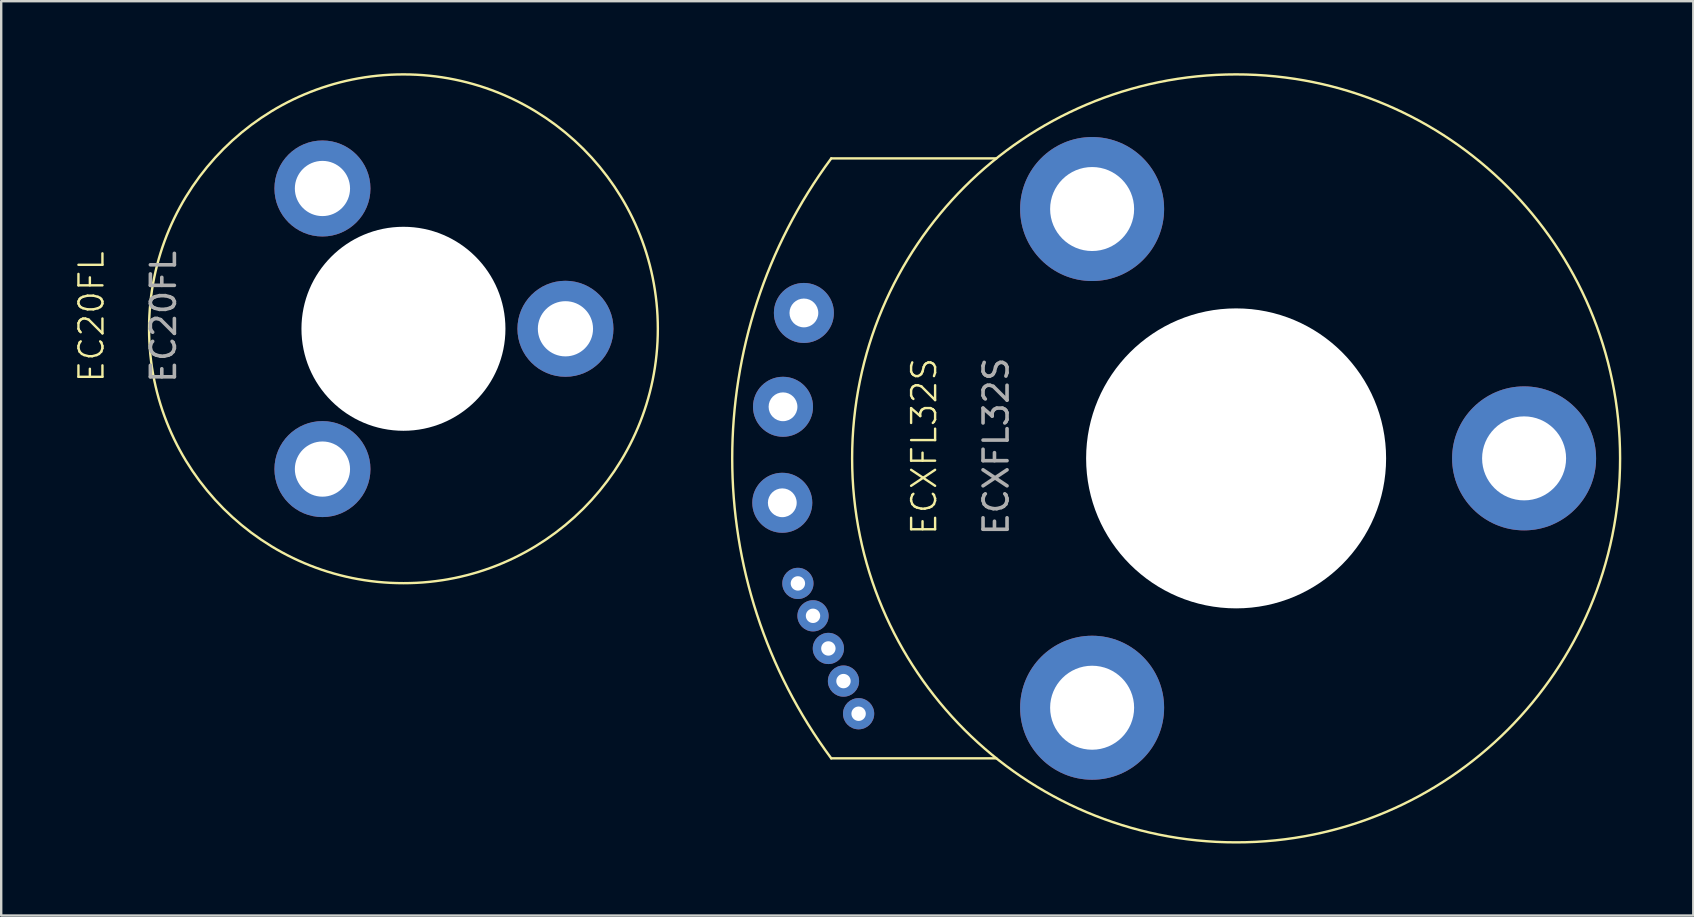
<source format=kicad_pcb>
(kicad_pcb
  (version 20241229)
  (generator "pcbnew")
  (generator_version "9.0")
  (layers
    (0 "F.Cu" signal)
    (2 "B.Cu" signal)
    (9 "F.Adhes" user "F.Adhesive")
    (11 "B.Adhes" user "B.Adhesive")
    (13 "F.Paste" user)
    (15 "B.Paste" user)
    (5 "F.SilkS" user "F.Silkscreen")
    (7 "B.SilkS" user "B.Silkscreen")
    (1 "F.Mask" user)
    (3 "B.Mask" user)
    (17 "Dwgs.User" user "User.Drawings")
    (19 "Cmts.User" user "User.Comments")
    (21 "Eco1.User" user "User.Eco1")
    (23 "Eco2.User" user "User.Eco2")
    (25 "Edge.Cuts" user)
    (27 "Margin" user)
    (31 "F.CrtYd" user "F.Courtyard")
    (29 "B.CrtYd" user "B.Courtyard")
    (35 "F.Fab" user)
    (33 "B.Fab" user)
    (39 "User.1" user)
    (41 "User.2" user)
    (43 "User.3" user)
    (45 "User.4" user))
  (footprint "EC20FL"
    (layer "F.Cu")
    (at 13.761 10.65)
    (property "Reference" "EC20FL" (at -13 -0.5 90) (unlocked yes) (layer "F.SilkS") (effects (font (size 1 1) (thickness 0.1))))
    (attr through_hole)
    (fp_circle (center 0 0) (end 10.6 0) (stroke (width 0.1) (type default)) (fill no) (layer "F.SilkS"))
    (fp_text user "${REFERENCE}" (at -10 -0.5 90) (unlocked yes) (layer "F.Fab") (effects (font (size 1 1) (thickness 0.15))))
    (pad "" np_thru_hole circle (at -3.375 -5.846) (size 4 4) (drill 2.3) (layers "*.Cu" "*.Mask"))
    (pad "" np_thru_hole circle (at -3.375 5.846) (size 4 4) (drill 2.3) (layers "*.Cu" "*.Mask"))
    (pad "" np_thru_hole circle (at 0 0) (size 8.5 8.5) (drill 8.5) (layers "*.Cu" "*.Mask"))
    (pad "" np_thru_hole circle (at 6.75 0) (size 4 4) (drill 2.3) (layers "*.Cu" "*.Mask")))
  (footprint "ECXFL32S"
    (layer "F.Cu")
    (at 48.457 16.05)
    (property "Reference" "ECXFL32S" (at -13 -0.5 90) (unlocked yes) (layer "F.SilkS") (effects (font (size 1 1) (thickness 0.1))))
    (attr through_hole)
    (fp_line (start -9.99 -12.5) (end -16.87 -12.5) (stroke (width 0.1) (type default)) (layer "F.SilkS"))
    (fp_line (start -9.99 12.5) (end -16.87 12.5) (stroke (width 0.1) (type default)) (layer "F.SilkS"))
    (fp_arc (start -16.87 12.5) (mid -20.996354 0) (end -16.87 -12.5) (stroke (width 0.1) (type default)) (layer "F.SilkS"))
    (fp_circle (center 0 0) (end 16 0) (stroke (width 0.1) (type default)) (fill no) (layer "F.SilkS"))
    (fp_text user "${REFERENCE}" (at -10 -0.5 90) (unlocked yes) (layer "F.Fab") (effects (font (size 1 1) (thickness 0.15))))
    (pad "" np_thru_hole circle (at -6 -10.39) (size 6 6) (drill 3.5) (layers "*.Cu" "*.Mask"))
    (pad "" np_thru_hole circle (at -6 10.39) (size 6 6) (drill 3.5) (layers "*.Cu" "*.Mask"))
    (pad "" np_thru_hole circle (at 0 0) (size 12.5 12.5) (drill 12.5) (layers "*.Cu" "*.Mask"))
    (pad "" np_thru_hole circle (at 12 0) (size 6 6) (drill 3.5) (layers "*.Cu" "*.Mask"))
    (pad "1" thru_hole circle (at -18.01 -6.06) (size 2.5 2.5) (drill 1.2) (layers "*.Cu" "*.Mask"))
    (pad "2" thru_hole circle (at -18.88 -2.15) (size 2.5 2.5) (drill 1.2) (layers "*.Cu" "*.Mask"))
    (pad "3" thru_hole circle (at -18.91 1.85) (size 2.5 2.5) (drill 1.2) (layers "*.Cu" "*.Mask"))
    (pad "4" thru_hole circle (at -18.26 5.21) (size 1.3 1.3) (drill 0.6) (layers "*.Cu" "*.Mask"))
    (pad "5" thru_hole circle (at -17.63 6.56) (size 1.3 1.3) (drill 0.6) (layers "*.Cu" "*.Mask"))
    (pad "6" thru_hole circle (at -16.99 7.92) (size 1.3 1.3) (drill 0.6) (layers "*.Cu" "*.Mask"))
    (pad "7" thru_hole circle (at -16.36 9.28) (size 1.3 1.3) (drill 0.6) (layers "*.Cu" "*.Mask"))
    (pad "8" thru_hole circle (at -15.73 10.64) (size 1.3 1.3) (drill 0.6) (layers "*.Cu" "*.Mask")))
  (gr_rect
    (start -3 -3)
    (end 67.507 35.1)
    (stroke (width 0.1) (type default))
    (fill no)
    (layer "Edge.Cuts")))
</source>
